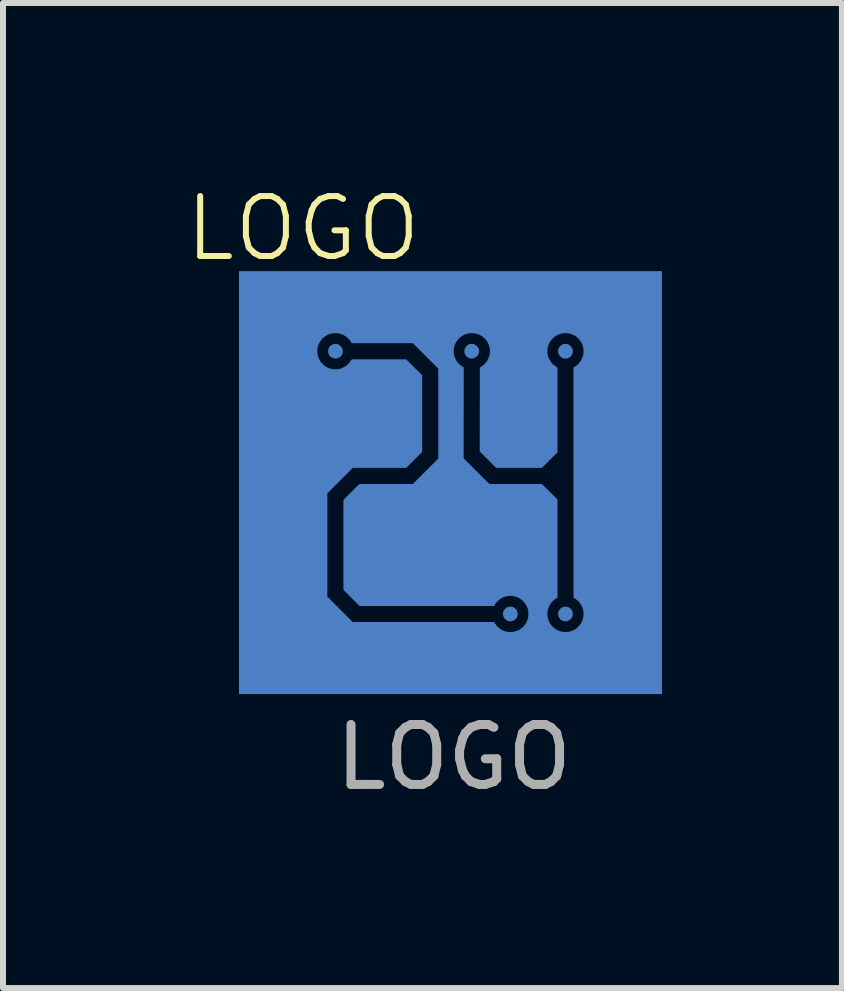
<source format=kicad_pcb>
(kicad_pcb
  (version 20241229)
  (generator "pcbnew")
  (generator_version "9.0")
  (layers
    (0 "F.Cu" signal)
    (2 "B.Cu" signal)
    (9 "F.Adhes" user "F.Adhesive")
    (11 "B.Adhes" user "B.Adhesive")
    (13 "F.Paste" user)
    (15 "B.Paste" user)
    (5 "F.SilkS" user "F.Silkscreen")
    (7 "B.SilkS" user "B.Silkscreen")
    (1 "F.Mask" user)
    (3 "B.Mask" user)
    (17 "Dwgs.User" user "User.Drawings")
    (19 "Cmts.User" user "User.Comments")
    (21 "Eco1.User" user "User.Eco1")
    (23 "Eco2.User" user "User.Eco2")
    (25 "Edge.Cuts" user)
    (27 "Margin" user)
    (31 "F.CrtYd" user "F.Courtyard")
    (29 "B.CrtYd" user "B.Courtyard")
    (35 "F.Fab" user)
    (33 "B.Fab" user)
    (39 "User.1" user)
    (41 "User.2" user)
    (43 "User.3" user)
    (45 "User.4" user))
  (footprint "LOGO"
    (layer "F.Cu")
    (at 4.415 5.231)
    (property "Reference" "LOGO" (at -2.413 -4.47 0) (unlocked yes) (layer "F.SilkS") (effects (font (size 1 1) (thickness 0.1))))
    (attr smd)
    (fp_poly (pts (xy 1.025 1.834) (xy 1.003 1.84) (xy 0.987 1.846) (xy 0.974 1.854) (xy 0.961 1.865) (xy 0.949 1.878) (xy 0.939 1.892) (xy 0.934 1.9) (xy 0.927 1.917) (xy 0.923 1.931) (xy 0.921 1.947) (xy 0.921 1.957) (xy 0.923 1.979) (xy 0.93 2) (xy 0.939 2.02) (xy 0.952 2.037) (xy 0.968 2.052) (xy 0.986 2.063) (xy 1.006 2.072) (xy 1.027 2.077) (xy 1.049 2.078) (xy 1.071 2.075) (xy 1.074 2.074) (xy 1.095 2.066) (xy 1.114 2.055) (xy 1.131 2.041) (xy 1.145 2.024) (xy 1.155 2.005) (xy 1.162 1.985) (xy 1.166 1.962) (xy 1.166 1.955) (xy 1.164 1.933) (xy 1.158 1.912) (xy 1.149 1.892) (xy 1.135 1.874) (xy 1.127 1.866) (xy 1.109 1.851) (xy 1.089 1.841) (xy 1.068 1.835) (xy 1.047 1.833)) (stroke (width 0) (type solid)) (fill yes) (layer "B.Cu"))
    (fp_poly (pts (xy 1.946 1.834) (xy 1.926 1.838) (xy 1.906 1.847) (xy 1.888 1.858) (xy 1.876 1.869) (xy 1.861 1.886) (xy 1.851 1.905) (xy 1.844 1.926) (xy 1.841 1.949) (xy 1.84 1.955) (xy 1.842 1.978) (xy 1.848 1.999) (xy 1.858 2.019) (xy 1.871 2.036) (xy 1.886 2.051) (xy 1.905 2.063) (xy 1.923 2.071) (xy 1.936 2.074) (xy 1.95 2.077) (xy 1.965 2.078) (xy 1.978 2.077) (xy 1.985 2.076) (xy 2.007 2.069) (xy 2.027 2.059) (xy 2.045 2.045) (xy 2.06 2.029) (xy 2.072 2.01) (xy 2.08 1.989) (xy 2.083 1.979) (xy 2.085 1.958) (xy 2.084 1.936) (xy 2.078 1.915) (xy 2.071 1.898) (xy 2.062 1.884) (xy 2.051 1.871) (xy 2.045 1.865) (xy 2.027 1.851) (xy 2.008 1.841) (xy 1.988 1.835) (xy 1.967 1.833)) (stroke (width 0) (type solid)) (fill yes) (layer "B.Cu"))
    (fp_poly (pts (xy -1.888 -2.546) (xy -1.909 -2.542) (xy -1.928 -2.535) (xy -1.938 -2.529) (xy -1.954 -2.517) (xy -1.968 -2.501) (xy -1.98 -2.484) (xy -1.988 -2.465) (xy -1.992 -2.455) (xy -1.994 -2.444) (xy -1.995 -2.43) (xy -1.994 -2.415) (xy -1.993 -2.402) (xy -1.992 -2.395) (xy -1.984 -2.374) (xy -1.973 -2.355) (xy -1.96 -2.339) (xy -1.943 -2.325) (xy -1.925 -2.314) (xy -1.905 -2.307) (xy -1.883 -2.303) (xy -1.861 -2.303) (xy -1.86 -2.303) (xy -1.838 -2.308) (xy -1.818 -2.316) (xy -1.799 -2.327) (xy -1.783 -2.341) (xy -1.769 -2.359) (xy -1.759 -2.378) (xy -1.756 -2.386) (xy -1.751 -2.407) (xy -1.75 -2.429) (xy -1.752 -2.45) (xy -1.758 -2.47) (xy -1.768 -2.489) (xy -1.78 -2.505) (xy -1.795 -2.52) (xy -1.813 -2.532) (xy -1.833 -2.541) (xy -1.849 -2.546) (xy -1.868 -2.548)) (stroke (width 0) (type solid)) (fill yes) (layer "B.Cu"))
    (fp_poly (pts (xy 0.382 -2.547) (xy 0.375 -2.545) (xy 0.353 -2.539) (xy 0.334 -2.529) (xy 0.317 -2.515) (xy 0.302 -2.499) (xy 0.29 -2.48) (xy 0.282 -2.46) (xy 0.279 -2.45) (xy 0.277 -2.429) (xy 0.278 -2.407) (xy 0.283 -2.387) (xy 0.291 -2.367) (xy 0.303 -2.349) (xy 0.318 -2.334) (xy 0.335 -2.321) (xy 0.344 -2.316) (xy 0.364 -2.308) (xy 0.385 -2.303) (xy 0.408 -2.303) (xy 0.414 -2.303) (xy 0.436 -2.308) (xy 0.455 -2.316) (xy 0.473 -2.327) (xy 0.489 -2.342) (xy 0.502 -2.358) (xy 0.512 -2.377) (xy 0.519 -2.397) (xy 0.522 -2.419) (xy 0.522 -2.425) (xy 0.52 -2.447) (xy 0.515 -2.468) (xy 0.505 -2.487) (xy 0.492 -2.504) (xy 0.486 -2.511) (xy 0.469 -2.525) (xy 0.451 -2.536) (xy 0.432 -2.543) (xy 0.423 -2.545) (xy 0.409 -2.548) (xy 0.395 -2.548)) (stroke (width 0) (type solid)) (fill yes) (layer "B.Cu"))
    (fp_poly (pts (xy 1.946 -2.547) (xy 1.939 -2.545) (xy 1.917 -2.539) (xy 1.898 -2.529) (xy 1.881 -2.516) (xy 1.866 -2.5) (xy 1.854 -2.482) (xy 1.846 -2.463) (xy 1.841 -2.441) (xy 1.84 -2.426) (xy 1.841 -2.416) (xy 1.842 -2.405) (xy 1.843 -2.396) (xy 1.844 -2.395) (xy 1.851 -2.374) (xy 1.862 -2.355) (xy 1.876 -2.339) (xy 1.892 -2.325) (xy 1.911 -2.314) (xy 1.931 -2.307) (xy 1.952 -2.303) (xy 1.974 -2.303) (xy 1.975 -2.303) (xy 1.997 -2.307) (xy 2.017 -2.315) (xy 2.036 -2.327) (xy 2.052 -2.341) (xy 2.065 -2.358) (xy 2.075 -2.377) (xy 2.082 -2.397) (xy 2.085 -2.417) (xy 2.085 -2.438) (xy 2.08 -2.459) (xy 2.072 -2.479) (xy 2.061 -2.497) (xy 2.047 -2.513) (xy 2.031 -2.527) (xy 2.012 -2.537) (xy 1.991 -2.544) (xy 1.987 -2.545) (xy 1.973 -2.548) (xy 1.959 -2.548)) (stroke (width 0) (type solid)) (fill yes) (layer "B.Cu"))
    (fp_poly (pts (xy -3.481 -0.235) (xy -3.481 3.291) (xy 0.046 3.291) (xy 3.572 3.291) (xy 3.571 -0.235) (xy 3.571 -2.413) (xy 2.264 -2.413) (xy 2.263 -2.397) (xy 2.262 -2.384) (xy 2.262 -2.38) (xy 2.254 -2.345) (xy 2.242 -2.312) (xy 2.227 -2.28) (xy 2.209 -2.251) (xy 2.186 -2.223) (xy 2.161 -2.199) (xy 2.133 -2.177) (xy 2.115 -2.165) (xy 2.096 -2.155) (xy 2.096 -0.235) (xy 2.097 1.686) (xy 2.113 1.695) (xy 2.142 1.713) (xy 2.168 1.734) (xy 2.192 1.759) (xy 2.212 1.786) (xy 2.23 1.816) (xy 2.244 1.847) (xy 2.255 1.881) (xy 2.261 1.905) (xy 2.262 1.916) (xy 2.263 1.931) (xy 2.264 1.947) (xy 2.264 1.964) (xy 2.263 1.98) (xy 2.262 1.993) (xy 2.262 2) (xy 2.254 2.035) (xy 2.243 2.068) (xy 2.228 2.1) (xy 2.209 2.13) (xy 2.187 2.157) (xy 2.171 2.174) (xy 2.143 2.197) (xy 2.114 2.217) (xy 2.083 2.232) (xy 2.05 2.244) (xy 2.017 2.252) (xy 1.981 2.256) (xy 1.946 2.256) (xy 1.91 2.252) (xy 1.899 2.25) (xy 1.886 2.247) (xy 1.873 2.244) (xy 1.869 2.242) (xy 1.835 2.229) (xy 1.804 2.212) (xy 1.776 2.192) (xy 1.75 2.169) (xy 1.726 2.144) (xy 1.706 2.115) (xy 1.69 2.085) (xy 1.676 2.052) (xy 1.667 2.017) (xy 1.667 2.017) (xy 1.664 2) (xy 1.662 1.98) (xy 1.661 1.959) (xy 1.661 1.955) (xy 1.344 1.955) (xy 1.344 1.971) (xy 1.344 1.983) (xy 1.343 1.993) (xy 1.342 2.001) (xy 1.341 2.009) (xy 1.339 2.017) (xy 1.339 2.019) (xy 1.329 2.053) (xy 1.316 2.086) (xy 1.299 2.116) (xy 1.28 2.143) (xy 1.258 2.168) (xy 1.233 2.191) (xy 1.206 2.21) (xy 1.177 2.226) (xy 1.146 2.239) (xy 1.114 2.249) (xy 1.081 2.255) (xy 1.046 2.257) (xy 1.011 2.255) (xy 0.986 2.251) (xy 0.952 2.243) (xy 0.92 2.231) (xy 0.89 2.215) (xy 0.862 2.195) (xy 0.835 2.173) (xy 0.812 2.147) (xy 0.791 2.119) (xy 0.783 2.105) (xy 0.773 2.089) (xy -0.406 2.089) (xy -1.585 2.089) (xy -1.796 1.878) (xy -2.007 1.666) (xy -2.007 0.805) (xy -2.007 -0.056) (xy -1.795 -0.269) (xy -1.583 -0.481) (xy -1.138 -0.481) (xy -0.692 -0.481) (xy -0.559 -0.614) (xy -0.426 -0.746) (xy -0.426 -1.386) (xy -0.426 -2.025) (xy -0.559 -2.157) (xy -0.692 -2.29) (xy -1.147 -2.29) (xy -1.602 -2.29) (xy -1.614 -2.272) (xy -1.634 -2.242) (xy -1.657 -2.215) (xy -1.683 -2.191) (xy -1.711 -2.171) (xy -1.742 -2.154) (xy -1.763 -2.144) (xy -1.784 -2.136) (xy -1.804 -2.131) (xy -1.827 -2.127) (xy -1.83 -2.126) (xy -1.849 -2.124) (xy -1.87 -2.124) (xy -1.892 -2.124) (xy -1.913 -2.126) (xy -1.931 -2.128) (xy -1.965 -2.137) (xy -1.997 -2.149) (xy -2.027 -2.165) (xy -2.055 -2.185) (xy -2.081 -2.207) (xy -2.104 -2.232) (xy -2.125 -2.259) (xy -2.142 -2.289) (xy -2.156 -2.321) (xy -2.166 -2.354) (xy -2.168 -2.363) (xy -2.171 -2.381) (xy -2.173 -2.401) (xy -2.174 -2.423) (xy -2.174 -2.443) (xy -2.173 -2.459) (xy -2.167 -2.494) (xy -2.157 -2.528) (xy -2.143 -2.56) (xy -2.126 -2.59) (xy -2.106 -2.618) (xy -2.082 -2.643) (xy -2.056 -2.665) (xy -2.027 -2.685) (xy -2.008 -2.695) (xy -1.987 -2.705) (xy -1.967 -2.712) (xy -1.948 -2.718) (xy -1.928 -2.722) (xy -1.907 -2.724) (xy -1.884 -2.726) (xy -1.853 -2.726) (xy -1.825 -2.723) (xy -1.798 -2.718) (xy -1.773 -2.71) (xy -1.748 -2.7) (xy -1.746 -2.699) (xy -1.717 -2.683) (xy -1.689 -2.664) (xy -1.664 -2.642) (xy -1.641 -2.618) (xy -1.622 -2.592) (xy -1.611 -2.574) (xy -1.603 -2.559) (xy -1.092 -2.559) (xy -0.582 -2.559) (xy -0.37 -2.347) (xy -0.158 -2.135) (xy -0.158 -1.386) (xy -0.158 -0.636) (xy -0.37 -0.424) (xy -0.582 -0.212) (xy -1.027 -0.212) (xy -1.473 -0.212) (xy -1.606 -0.079) (xy -1.739 0.054) (xy -1.739 0.804) (xy -1.739 1.554) (xy -1.605 1.688) (xy -1.471 1.822) (xy -0.349 1.822) (xy 0.773 1.822) (xy 0.782 1.806) (xy 0.787 1.797) (xy 0.794 1.787) (xy 0.801 1.777) (xy 0.803 1.774) (xy 0.826 1.746) (xy 0.852 1.723) (xy 0.879 1.702) (xy 0.909 1.685) (xy 0.939 1.672) (xy 0.971 1.662) (xy 1.004 1.656) (xy 1.038 1.653) (xy 1.072 1.654) (xy 1.106 1.66) (xy 1.139 1.669) (xy 1.172 1.682) (xy 1.184 1.688) (xy 1.213 1.705) (xy 1.24 1.726) (xy 1.264 1.749) (xy 1.286 1.775) (xy 1.305 1.803) (xy 1.32 1.833) (xy 1.331 1.861) (xy 1.335 1.876) (xy 1.339 1.89) (xy 1.341 1.902) (xy 1.343 1.915) (xy 1.344 1.929) (xy 1.344 1.946) (xy 1.344 1.955) (xy 1.661 1.955) (xy 1.662 1.938) (xy 1.663 1.918) (xy 1.665 1.9) (xy 1.666 1.895) (xy 1.676 1.86) (xy 1.689 1.827) (xy 1.706 1.797) (xy 1.727 1.768) (xy 1.75 1.742) (xy 1.777 1.718) (xy 1.806 1.698) (xy 1.813 1.694) (xy 1.83 1.684) (xy 1.83 0.865) (xy 1.83 0.045) (xy 1.7 -0.083) (xy 1.57 -0.212) (xy 1.132 -0.212) (xy 0.694 -0.212) (xy 0.48 -0.426) (xy 0.265 -0.641) (xy 0.266 -1.398) (xy 0.267 -2.155) (xy 0.249 -2.166) (xy 0.219 -2.186) (xy 0.192 -2.209) (xy 0.168 -2.234) (xy 0.147 -2.262) (xy 0.13 -2.293) (xy 0.116 -2.325) (xy 0.107 -2.358) (xy 0.103 -2.373) (xy 0.101 -2.388) (xy 0.1 -2.406) (xy 0.1 -2.425) (xy 0.1 -2.444) (xy 0.101 -2.461) (xy 0.103 -2.476) (xy 0.103 -2.478) (xy 0.112 -2.513) (xy 0.124 -2.546) (xy 0.14 -2.577) (xy 0.159 -2.605) (xy 0.182 -2.632) (xy 0.188 -2.639) (xy 0.215 -2.663) (xy 0.244 -2.683) (xy 0.275 -2.7) (xy 0.308 -2.712) (xy 0.342 -2.721) (xy 0.352 -2.723) (xy 0.367 -2.725) (xy 0.384 -2.726) (xy 0.403 -2.726) (xy 0.422 -2.725) (xy 0.44 -2.724) (xy 0.456 -2.722) (xy 0.467 -2.72) (xy 0.502 -2.71) (xy 0.535 -2.696) (xy 0.565 -2.679) (xy 0.594 -2.658) (xy 0.61 -2.643) (xy 0.634 -2.617) (xy 0.655 -2.589) (xy 0.672 -2.558) (xy 0.686 -2.526) (xy 0.696 -2.492) (xy 0.699 -2.479) (xy 0.701 -2.462) (xy 0.702 -2.442) (xy 0.703 -2.421) (xy 0.702 -2.4) (xy 0.7 -2.381) (xy 0.698 -2.366) (xy 0.688 -2.332) (xy 0.675 -2.298) (xy 0.658 -2.267) (xy 0.638 -2.239) (xy 0.614 -2.212) (xy 0.588 -2.189) (xy 0.558 -2.168) (xy 0.551 -2.164) (xy 0.535 -2.154) (xy 0.534 -1.455) (xy 0.533 -0.755) (xy 0.67 -0.618) (xy 0.806 -0.481) (xy 1.188 -0.481) (xy 1.571 -0.481) (xy 1.7 -0.61) (xy 1.83 -0.74) (xy 1.83 -1.447) (xy 1.83 -2.154) (xy 1.812 -2.164) (xy 1.783 -2.184) (xy 1.756 -2.206) (xy 1.732 -2.231) (xy 1.712 -2.258) (xy 1.695 -2.287) (xy 1.681 -2.317) (xy 1.671 -2.348) (xy 1.664 -2.381) (xy 1.661 -2.414) (xy 1.661 -2.448) (xy 1.666 -2.481) (xy 1.674 -2.514) (xy 1.686 -2.547) (xy 1.692 -2.56) (xy 1.71 -2.591) (xy 1.731 -2.619) (xy 1.755 -2.644) (xy 1.781 -2.666) (xy 1.81 -2.686) (xy 1.842 -2.702) (xy 1.875 -2.714) (xy 1.9 -2.721) (xy 1.91 -2.723) (xy 1.924 -2.724) (xy 1.939 -2.725) (xy 1.955 -2.726) (xy 1.972 -2.726) (xy 1.987 -2.726) (xy 1.999 -2.725) (xy 2.004 -2.724) (xy 2.038 -2.718) (xy 2.071 -2.707) (xy 2.102 -2.693) (xy 2.131 -2.676) (xy 2.158 -2.655) (xy 2.183 -2.632) (xy 2.204 -2.606) (xy 2.223 -2.578) (xy 2.239 -2.548) (xy 2.251 -2.515) (xy 2.259 -2.482) (xy 2.26 -2.476) (xy 2.262 -2.463) (xy 2.263 -2.447) (xy 2.264 -2.43) (xy 2.264 -2.413) (xy 3.571 -2.413) (xy 3.571 -3.76) (xy 0.045 -3.761) (xy -3.481 -3.761)) (stroke (width 0) (type solid)) (fill yes) (layer "B.Cu"))
    (fp_text user "${REFERENCE}" (at 0.102 4.343 0) (unlocked yes) (layer "F.Fab") (effects (font (size 1 1) (thickness 0.15)))))
  (gr_rect
    (start -3 -3)
    (end 10.987 13.423)
    (stroke (width 0.1) (type default))
    (fill no)
    (layer "Edge.Cuts")))
</source>
